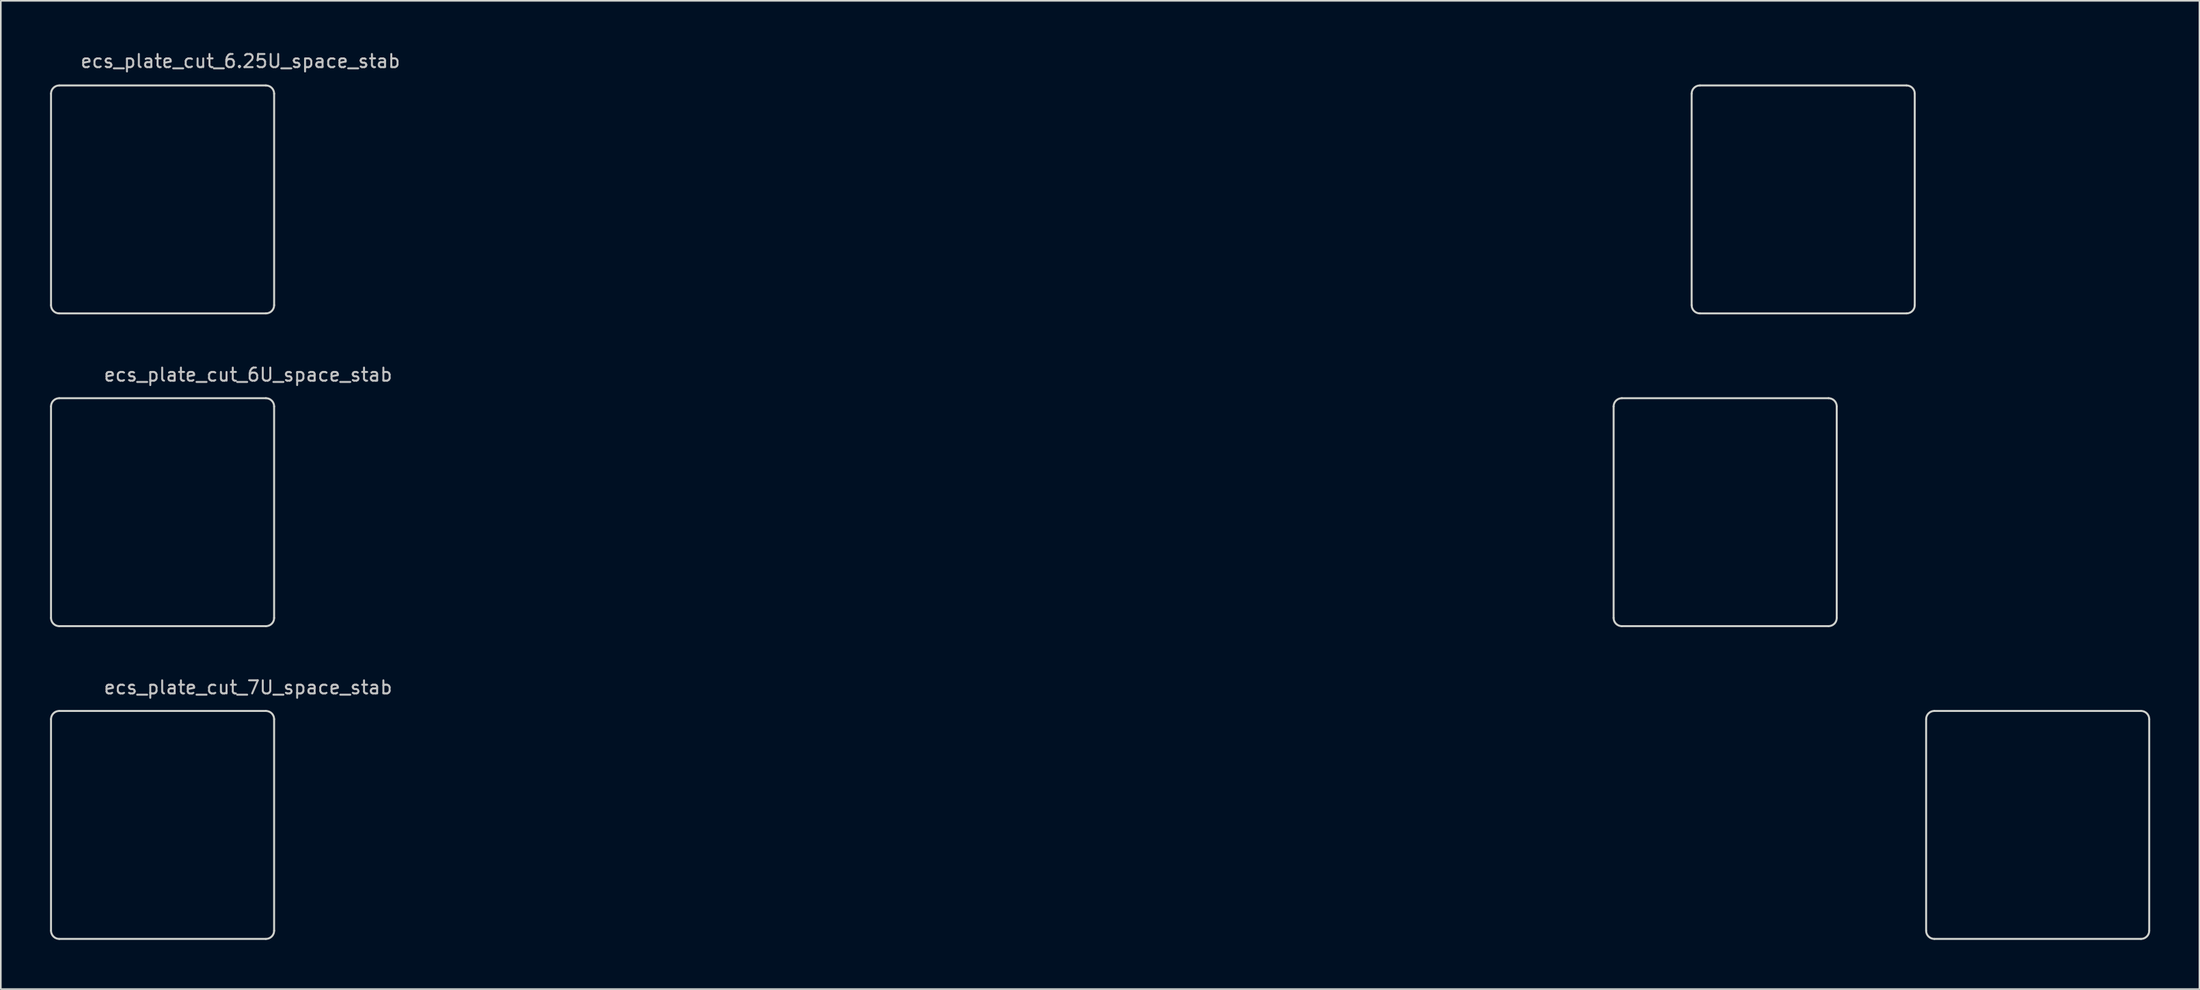
<source format=kicad_pcb>
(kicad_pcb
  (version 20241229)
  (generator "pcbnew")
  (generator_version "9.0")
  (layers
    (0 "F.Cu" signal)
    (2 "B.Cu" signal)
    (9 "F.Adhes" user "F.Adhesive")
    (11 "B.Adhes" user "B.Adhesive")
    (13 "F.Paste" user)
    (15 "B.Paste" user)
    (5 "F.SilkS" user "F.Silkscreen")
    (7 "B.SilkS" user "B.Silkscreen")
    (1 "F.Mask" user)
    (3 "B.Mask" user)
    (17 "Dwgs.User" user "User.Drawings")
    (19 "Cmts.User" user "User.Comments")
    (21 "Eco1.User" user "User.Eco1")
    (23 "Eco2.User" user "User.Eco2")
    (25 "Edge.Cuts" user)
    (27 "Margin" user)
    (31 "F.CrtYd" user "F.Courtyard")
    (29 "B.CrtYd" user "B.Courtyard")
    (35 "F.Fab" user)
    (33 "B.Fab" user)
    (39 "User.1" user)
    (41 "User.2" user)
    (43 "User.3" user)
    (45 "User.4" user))
  (footprint "ecs_plate_cut_6U_space_stab"
    (layer "F.Cu")
    (at 54.492 28.182)
    (property "Reference" "ecs_plate_cut_6U_space_stab" (at -42.418 -8.382 0) (layer "Dwgs.User") (effects (font (size 0.8 0.8) (thickness 0.12))))
    (attr smd)
    (fp_line (start -54.432 6.45) (end -54.432 -6.45) (stroke (width 0.12) (type solid)) (layer "Edge.Cuts"))
    (fp_line (start -53.932 -6.95) (end -41.332 -6.95) (stroke (width 0.12) (type solid)) (layer "Edge.Cuts"))
    (fp_line (start -41.332 6.95) (end -53.932 6.95) (stroke (width 0.12) (type solid)) (layer "Edge.Cuts"))
    (fp_line (start -40.832 -6.45) (end -40.832 6.45) (stroke (width 0.12) (type solid)) (layer "Edge.Cuts"))
    (fp_line (start 40.825 6.45) (end 40.825 -6.45) (stroke (width 0.12) (type solid)) (layer "Edge.Cuts"))
    (fp_line (start 41.325 -6.95) (end 53.925 -6.95) (stroke (width 0.12) (type solid)) (layer "Edge.Cuts"))
    (fp_line (start 53.925 6.95) (end 41.325 6.95) (stroke (width 0.12) (type solid)) (layer "Edge.Cuts"))
    (fp_line (start 54.425 -6.45) (end 54.425 6.45) (stroke (width 0.12) (type solid)) (layer "Edge.Cuts"))
    (fp_arc (start -54.4316 -6.45) (mid -54.285153 -6.803553) (end -53.9316 -6.95) (stroke (width 0.12) (type solid)) (layer "Edge.Cuts"))
    (fp_arc (start -53.9316 6.95) (mid -54.285153 6.803553) (end -54.4316 6.45) (stroke (width 0.12) (type solid)) (layer "Edge.Cuts"))
    (fp_arc (start -41.3316 -6.95) (mid -40.978047 -6.803553) (end -40.8316 -6.45) (stroke (width 0.12) (type solid)) (layer "Edge.Cuts"))
    (fp_arc (start -40.8316 6.45) (mid -40.978047 6.803553) (end -41.3316 6.95) (stroke (width 0.12) (type solid)) (layer "Edge.Cuts"))
    (fp_arc (start 40.825 -6.45) (mid 40.971447 -6.803553) (end 41.325 -6.95) (stroke (width 0.12) (type solid)) (layer "Edge.Cuts"))
    (fp_arc (start 41.325 6.95) (mid 40.971447 6.803553) (end 40.825 6.45) (stroke (width 0.12) (type solid)) (layer "Edge.Cuts"))
    (fp_arc (start 53.925 -6.95) (mid 54.278553 -6.803553) (end 54.425 -6.45) (stroke (width 0.12) (type solid)) (layer "Edge.Cuts"))
    (fp_arc (start 54.425 6.45) (mid 54.278553 6.803553) (end 53.925 6.95) (stroke (width 0.12) (type solid)) (layer "Edge.Cuts")))
  (footprint "ecs_plate_cut_6.25U_space_stab"
    (layer "F.Cu")
    (at 56.867 9.111)
    (property "Reference" "ecs_plate_cut_6.25U_space_stab" (at -45.263 -8.433 0) (layer "Dwgs.User") (effects (font (size 0.8 0.8) (thickness 0.12))))
    (attr smd)
    (fp_line (start -56.806 6.45) (end -56.806 -6.45) (stroke (width 0.12) (type solid)) (layer "Edge.Cuts"))
    (fp_line (start -56.306 -6.95) (end -43.706 -6.95) (stroke (width 0.12) (type solid)) (layer "Edge.Cuts"))
    (fp_line (start -43.706 6.95) (end -56.306 6.95) (stroke (width 0.12) (type solid)) (layer "Edge.Cuts"))
    (fp_line (start -43.206 -6.45) (end -43.206 6.45) (stroke (width 0.12) (type solid)) (layer "Edge.Cuts"))
    (fp_line (start 43.206 6.45) (end 43.206 -6.45) (stroke (width 0.12) (type solid)) (layer "Edge.Cuts"))
    (fp_line (start 43.706 -6.95) (end 56.306 -6.95) (stroke (width 0.12) (type solid)) (layer "Edge.Cuts"))
    (fp_line (start 56.306 6.95) (end 43.706 6.95) (stroke (width 0.12) (type solid)) (layer "Edge.Cuts"))
    (fp_line (start 56.806 -6.45) (end 56.806 6.45) (stroke (width 0.12) (type solid)) (layer "Edge.Cuts"))
    (fp_arc (start -56.8065 -6.45) (mid -56.660053 -6.803553) (end -56.3065 -6.95) (stroke (width 0.12) (type solid)) (layer "Edge.Cuts"))
    (fp_arc (start -56.3065 6.95) (mid -56.660053 6.803553) (end -56.8065 6.45) (stroke (width 0.12) (type solid)) (layer "Edge.Cuts"))
    (fp_arc (start -43.7065 -6.95) (mid -43.352947 -6.803553) (end -43.2065 -6.45) (stroke (width 0.12) (type solid)) (layer "Edge.Cuts"))
    (fp_arc (start -43.2065 6.45) (mid -43.352947 6.803553) (end -43.7065 6.95) (stroke (width 0.12) (type solid)) (layer "Edge.Cuts"))
    (fp_arc (start 43.2065 -6.45) (mid 43.352947 -6.803553) (end 43.7065 -6.95) (stroke (width 0.12) (type solid)) (layer "Edge.Cuts"))
    (fp_arc (start 43.7065 6.95) (mid 43.352947 6.803553) (end 43.2065 6.45) (stroke (width 0.12) (type solid)) (layer "Edge.Cuts"))
    (fp_arc (start 56.3065 -6.95) (mid 56.660053 -6.803553) (end 56.8065 -6.45) (stroke (width 0.12) (type solid)) (layer "Edge.Cuts"))
    (fp_arc (start 56.8065 6.45) (mid 56.660053 6.803553) (end 56.3065 6.95) (stroke (width 0.12) (type solid)) (layer "Edge.Cuts")))
  (footprint "ecs_plate_cut_7U_space_stab"
    (layer "F.Cu")
    (at 64.017 47.253)
    (property "Reference" "ecs_plate_cut_7U_space_stab" (at -51.943 -8.382 0) (layer "Dwgs.User") (effects (font (size 0.8 0.8) (thickness 0.12))))
    (attr smd)
    (fp_line (start -63.957 6.45) (end -63.957 -6.45) (stroke (width 0.12) (type solid)) (layer "Edge.Cuts"))
    (fp_line (start -63.457 -6.95) (end -50.857 -6.95) (stroke (width 0.12) (type solid)) (layer "Edge.Cuts"))
    (fp_line (start -50.857 6.95) (end -63.457 6.95) (stroke (width 0.12) (type solid)) (layer "Edge.Cuts"))
    (fp_line (start -50.357 -6.45) (end -50.357 6.45) (stroke (width 0.12) (type solid)) (layer "Edge.Cuts"))
    (fp_line (start 50.35 6.45) (end 50.35 -6.45) (stroke (width 0.12) (type solid)) (layer "Edge.Cuts"))
    (fp_line (start 50.85 -6.95) (end 63.45 -6.95) (stroke (width 0.12) (type solid)) (layer "Edge.Cuts"))
    (fp_line (start 63.45 6.95) (end 50.85 6.95) (stroke (width 0.12) (type solid)) (layer "Edge.Cuts"))
    (fp_line (start 63.95 -6.45) (end 63.95 6.45) (stroke (width 0.12) (type solid)) (layer "Edge.Cuts"))
    (fp_arc (start -63.9566 -6.45) (mid -63.810153 -6.803553) (end -63.4566 -6.95) (stroke (width 0.12) (type solid)) (layer "Edge.Cuts"))
    (fp_arc (start -63.4566 6.95) (mid -63.810153 6.803553) (end -63.9566 6.45) (stroke (width 0.12) (type solid)) (layer "Edge.Cuts"))
    (fp_arc (start -50.8566 -6.95) (mid -50.503047 -6.803553) (end -50.3566 -6.45) (stroke (width 0.12) (type solid)) (layer "Edge.Cuts"))
    (fp_arc (start -50.3566 6.45) (mid -50.503047 6.803553) (end -50.8566 6.95) (stroke (width 0.12) (type solid)) (layer "Edge.Cuts"))
    (fp_arc (start 50.35 -6.45) (mid 50.496447 -6.803553) (end 50.85 -6.95) (stroke (width 0.12) (type solid)) (layer "Edge.Cuts"))
    (fp_arc (start 50.85 6.95) (mid 50.496447 6.803553) (end 50.35 6.45) (stroke (width 0.12) (type solid)) (layer "Edge.Cuts"))
    (fp_arc (start 63.45 -6.95) (mid 63.803553 -6.803553) (end 63.95 -6.45) (stroke (width 0.12) (type solid)) (layer "Edge.Cuts"))
    (fp_arc (start 63.95 6.45) (mid 63.803553 6.803553) (end 63.45 6.95) (stroke (width 0.12) (type solid)) (layer "Edge.Cuts")))
  (gr_rect
    (start -3 -3)
    (end 131.027 57.263)
    (stroke (width 0.1) (type default))
    (fill no)
    (layer "Edge.Cuts")))
</source>
